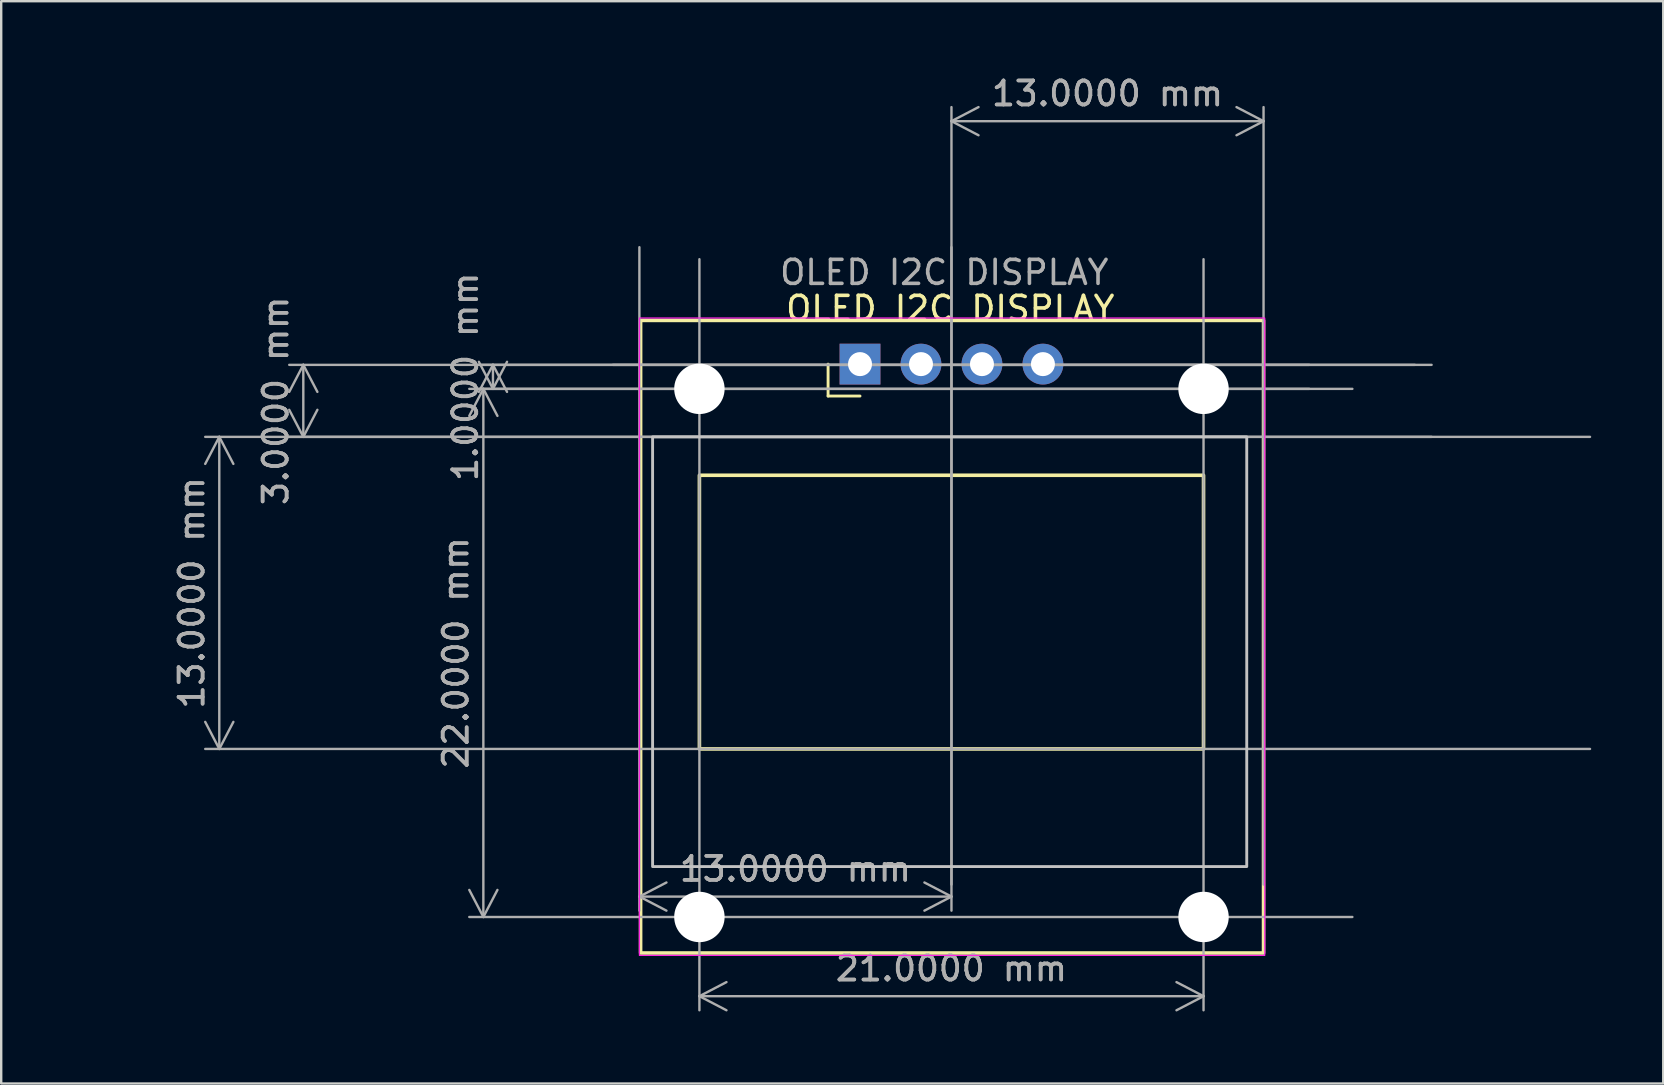
<source format=kicad_pcb>
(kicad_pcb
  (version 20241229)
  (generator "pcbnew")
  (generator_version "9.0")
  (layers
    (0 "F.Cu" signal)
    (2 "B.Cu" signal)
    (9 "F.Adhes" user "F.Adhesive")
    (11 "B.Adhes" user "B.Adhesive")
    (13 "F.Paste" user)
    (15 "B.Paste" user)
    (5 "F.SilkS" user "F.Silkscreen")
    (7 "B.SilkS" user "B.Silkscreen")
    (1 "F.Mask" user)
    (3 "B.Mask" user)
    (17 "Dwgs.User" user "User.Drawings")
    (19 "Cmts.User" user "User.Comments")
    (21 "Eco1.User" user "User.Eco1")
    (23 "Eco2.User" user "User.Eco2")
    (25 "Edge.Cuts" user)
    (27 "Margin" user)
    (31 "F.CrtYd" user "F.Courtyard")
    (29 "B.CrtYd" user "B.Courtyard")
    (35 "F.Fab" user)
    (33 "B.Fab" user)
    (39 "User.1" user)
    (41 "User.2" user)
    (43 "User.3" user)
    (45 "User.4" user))
  (footprint "OLED I2C DISPLAY"
    (layer "F.Cu")
    (at 36.585 16.748)
    (property "Reference" "OLED I2C DISPLAY" (at -0.05 -6.95 180) (layer "F.SilkS") (effects (font (size 1 1) (thickness 0.15))))
    (attr through_hole)
    (fp_line (start -5.14 -3.3) (end -5.14 -4.63) (stroke (width 0.12) (type solid)) (layer "F.SilkS"))
    (fp_line (start -3.81 -3.3) (end -5.14 -3.3) (stroke (width 0.12) (type solid)) (layer "F.SilkS"))
    (fp_rect (start -12.95 -6.45) (end 13 19.9) (stroke (width 0.15) (type default)) (fill no) (layer "F.SilkS"))
    (fp_rect (start -10.5 0) (end 10.5 11.4) (stroke (width 0.15) (type default)) (fill no) (layer "F.SilkS"))
    (fp_rect (start -12.45 -1.6) (end 12.3 16.3) (stroke (width 0.12) (type default)) (fill no) (layer "Dwgs.User"))
    (fp_rect (start -13 -6.55) (end 13.05 20) (stroke (width 0.05) (type default)) (fill no) (layer "F.CrtYd"))
    (fp_line (start 19.3 -4.6) (end -14.1 -4.6) (stroke (width 0.1) (type default)) (layer "F.Fab"))
    (fp_text user "${REFERENCE}" (at -0.3 -8.45 180) (layer "F.Fab") (effects (font (size 1 1) (thickness 0.15))))
    (dimension (type aligned) (layer "F.Fab") (pts (xy 63.685 15.148) (xy 63.685 28.148)) (height 57.6) (format (prefix "") (suffix "") (units 3) (units_format 1) (precision 4)) (style (thickness 0.1) (arrow_length 1.27) (text_position_mode 0) (arrow_direction outward) (extension_height 0.586) (extension_offset 0.5) (keep_text_aligned yes)) (gr_text "13.0000 mm" (at 4.935 21.648 90) (layer "F.Fab") (effects (font (size 1 1) (thickness 0.15)))))
    (dimension (type aligned) (layer "F.Fab") (pts (xy 36.585 6.748) (xy 23.585 6.748)) (height -27.55) (format (prefix "") (suffix "") (units 3) (units_format 1) (precision 4)) (style (thickness 0.1) (arrow_length 1.27) (text_position_mode 0) (arrow_direction outward) (extension_height 0.586) (extension_offset 0.5) (keep_text_aligned yes)) (gr_text "13.0000 mm" (at 30.085 33.148 0) (layer "F.Fab") (effects (font (size 1 1) (thickness 0.15)))))
    (dimension (type aligned) (layer "F.Fab") (pts (xy 36.585 34.298) (xy 49.585 34.298)) (height -32.3) (format (prefix "") (suffix "") (units 3) (units_format 1) (precision 4)) (style (thickness 0.1) (arrow_length 1.27) (text_position_mode 0) (arrow_direction outward) (extension_height 0.586) (extension_offset 0.5) (keep_text_aligned yes)) (gr_text "13.0000 mm" (at 43.085 0.848 0) (layer "F.Fab") (effects (font (size 1 1) (thickness 0.15)))))
    (dimension (type aligned) (layer "F.Fab") (pts (xy 51.985 12.148) (xy 51.985 13.148)) (height 34.5) (format (prefix "") (suffix "") (units 3) (units_format 1) (precision 4)) (style (thickness 0.1) (arrow_length 1.27) (text_position_mode 0) (arrow_direction outward) (extension_height 0.586) (extension_offset 0.5) (keep_text_aligned yes)) (gr_text "1.0000 mm" (at 16.335 12.648 90) (layer "F.Fab") (effects (font (size 1 1) (thickness 0.15)))))
    (dimension (type aligned) (layer "F.Fab") (pts (xy 53.785 13.148) (xy 53.785 35.148)) (height 36.7) (format (prefix "") (suffix "") (units 3) (units_format 1) (precision 4)) (style (thickness 0.1) (arrow_length 1.27) (text_position_mode 0) (arrow_direction outward) (extension_height 0.586) (extension_offset 0.5) (keep_text_aligned yes)) (gr_text "22.0000 mm" (at 15.935 24.148 90) (layer "F.Fab") (effects (font (size 1 1) (thickness 0.15)))))
    (dimension (type aligned) (layer "F.Fab") (pts (xy 57.085 12.148) (xy 57.085 15.148)) (height 47.5) (format (prefix "") (suffix "") (units 3) (units_format 1) (precision 4)) (style (thickness 0.1) (arrow_length 1.27) (text_position_mode 0) (arrow_direction outward) (extension_height 0.586) (extension_offset 0.5) (keep_text_aligned yes)) (gr_text "3.0000 mm" (at 8.435 13.648 90) (layer "F.Fab") (effects (font (size 1 1) (thickness 0.15)))))
    (dimension (type aligned) (layer "F.Fab") (pts (xy 26.085 7.248) (xy 47.085 7.248)) (height 31.2) (format (prefix "") (suffix "") (units 3) (units_format 1) (precision 4)) (style (thickness 0.1) (arrow_length 1.27) (text_position_mode 0) (arrow_direction outward) (extension_height 0.586) (extension_offset 0.5) (keep_text_aligned yes)) (gr_text "21.0000 mm" (at 36.585 37.298 0) (layer "F.Fab") (effects (font (size 1 1) (thickness 0.15)))))
    (pad "" np_thru_hole circle (at -10.5 -3.6) (size 2.1 2.1) (drill 2.1) (layers "*.Cu" "*.Mask"))
    (pad "" np_thru_hole circle (at -10.5 18.4) (size 2.1 2.1) (drill 2.1) (layers "*.Cu" "*.Mask"))
    (pad "" np_thru_hole circle (at 10.5 -3.6) (size 2.1 2.1) (drill 2.1) (layers "*.Cu" "*.Mask"))
    (pad "" np_thru_hole circle (at 10.5 18.4) (size 2.1 2.1) (drill 2.1) (layers "*.Cu" "*.Mask"))
    (pad "1" thru_hole rect (at -3.81 -4.63 90) (size 1.7 1.7) (drill 1) (layers "*.Cu" "*.Mask"))
    (pad "2" thru_hole oval (at -1.27 -4.63 90) (size 1.7 1.7) (drill 1) (layers "*.Cu" "*.Mask"))
    (pad "3" thru_hole oval (at 1.27 -4.63 90) (size 1.7 1.7) (drill 1) (layers "*.Cu" "*.Mask"))
    (pad "4" thru_hole oval (at 3.81 -4.63 90) (size 1.7 1.7) (drill 1) (layers "*.Cu" "*.Mask")))
  (gr_rect
    (start -3 -3)
    (end 66.235 42.085)
    (stroke (width 0.1) (type default))
    (fill no)
    (layer "Edge.Cuts")))
</source>
